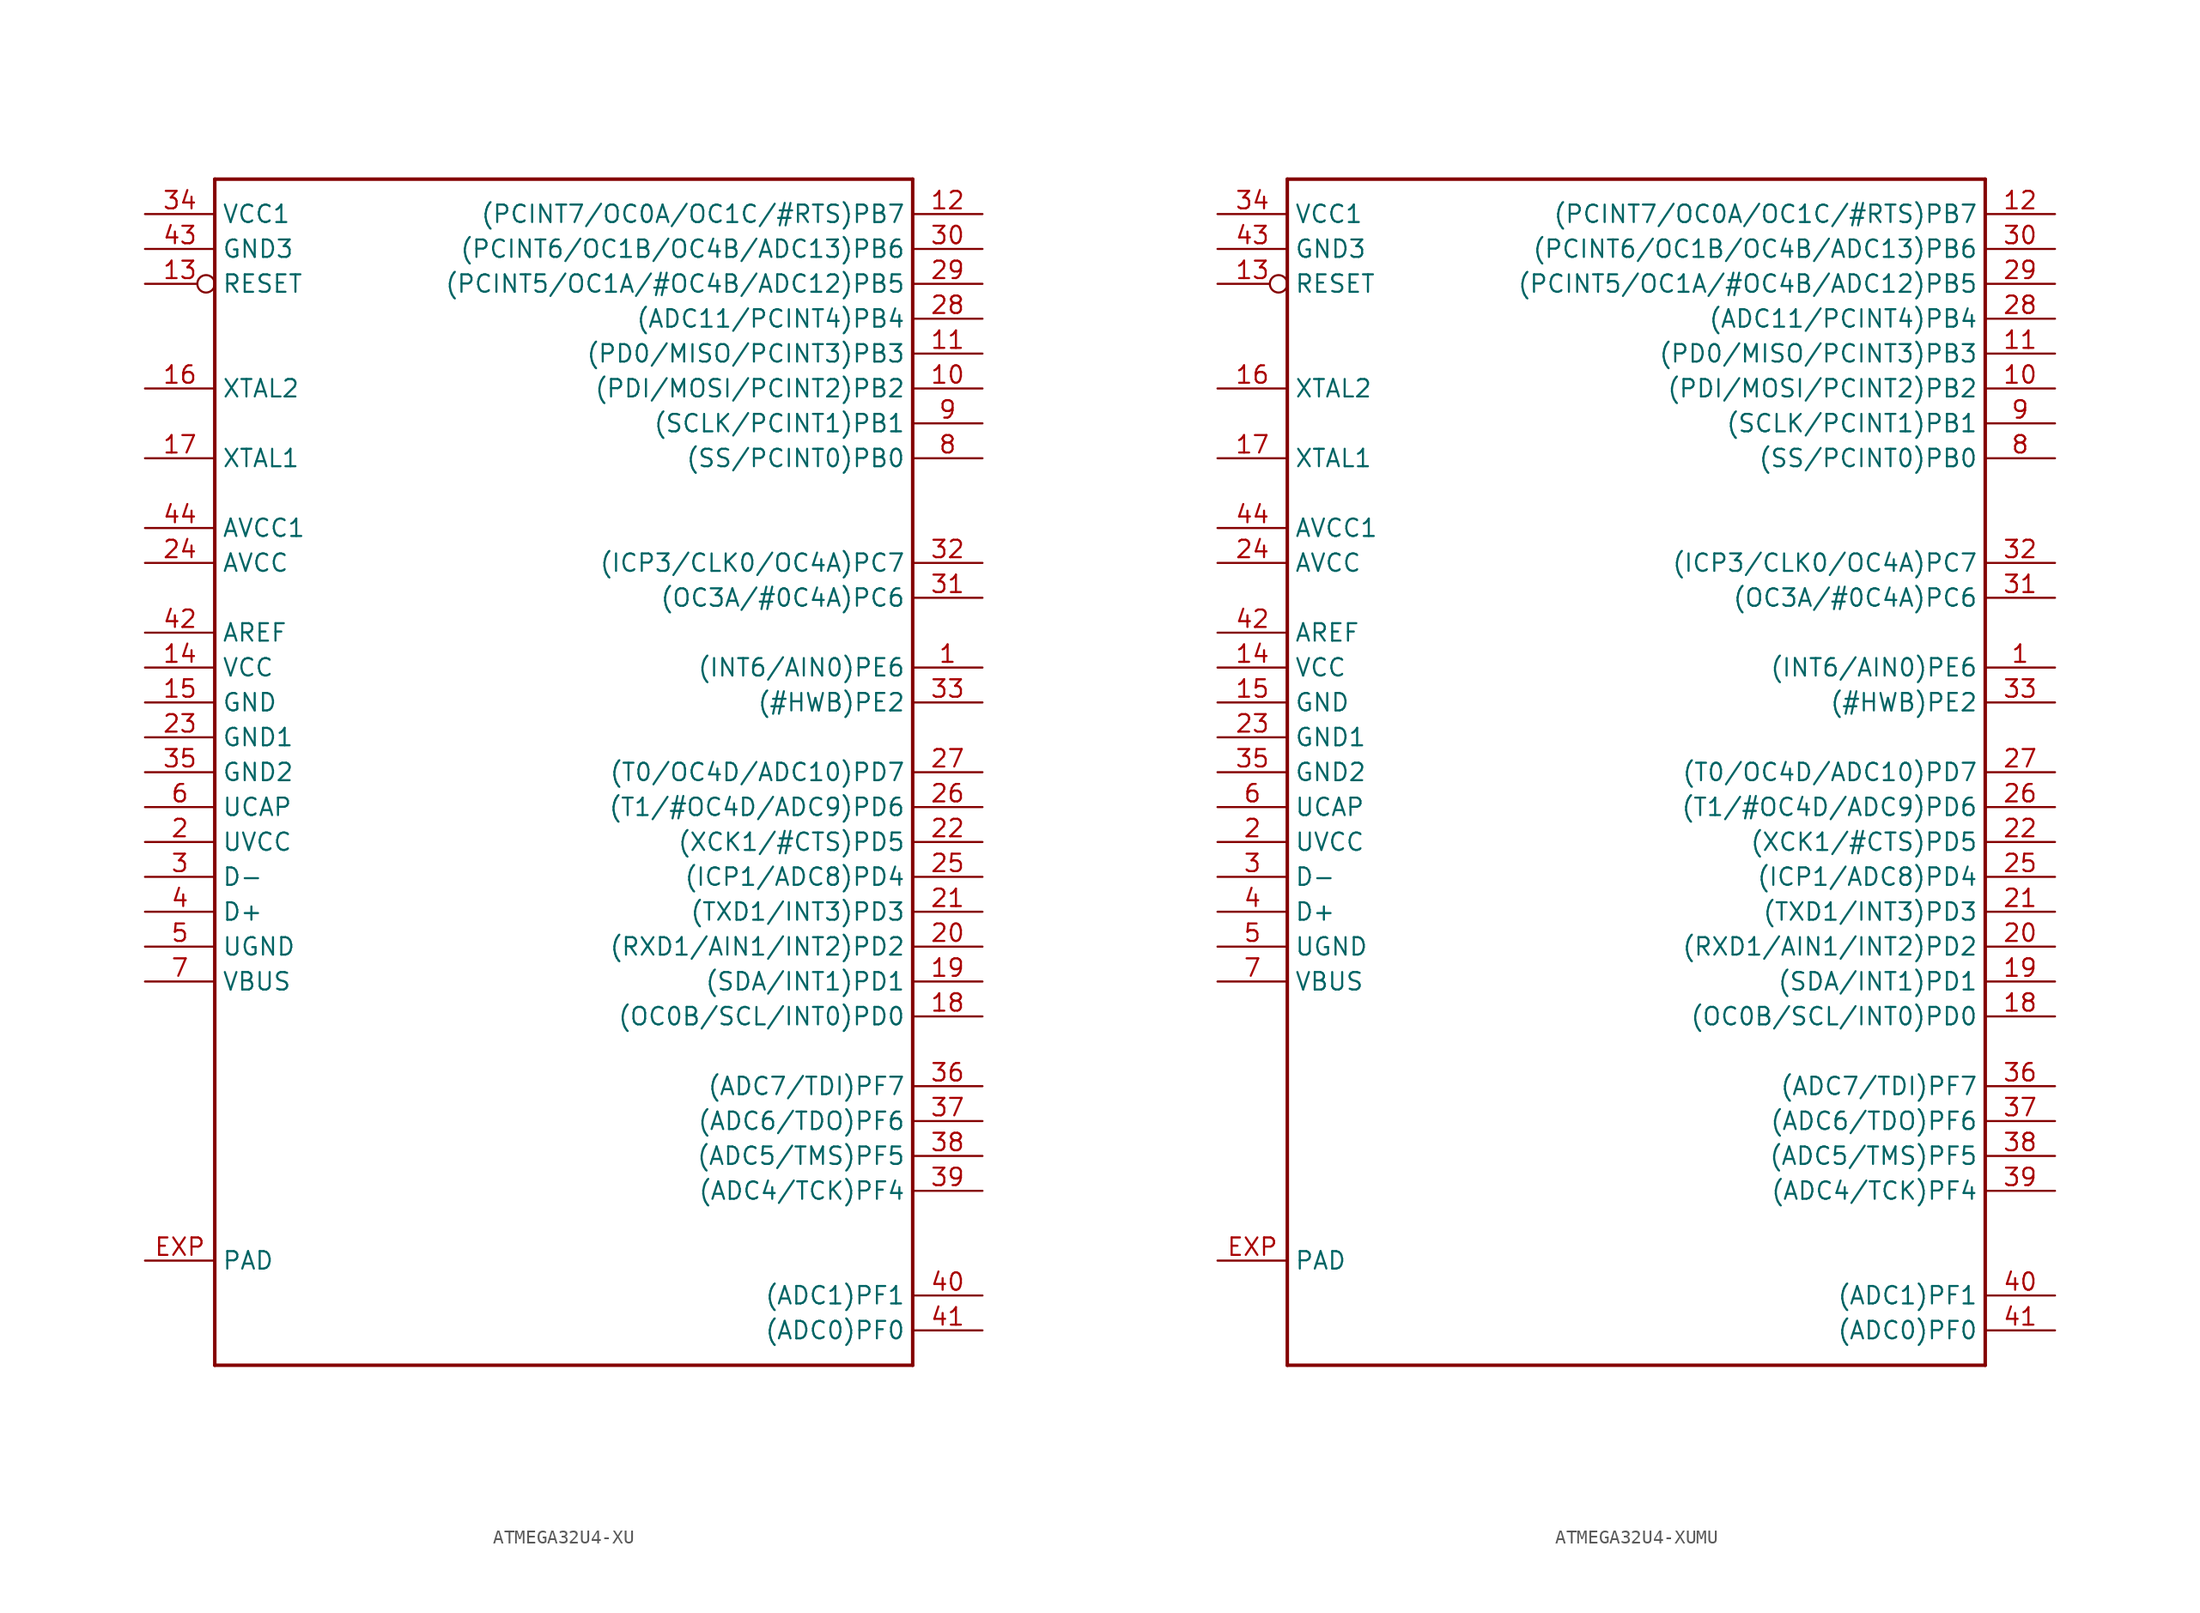
<source format=kicad_sym>
(kicad_symbol_lib
  (version 20220914)
  (generator kicad_symbol_editor)
  (symbol "ATMEGA32U4-XU"
    (property "Reference" ""
      (at -20.32 26.162 0)
      (effects (font (size 1.778 1.511)) (justify left bottom) hide))
    (property "Value" ""
      (at -20.32 -63.5 0)
      (effects (font (size 1.778 1.511)) (justify left bottom)))
    (property "ki_locked" ""
      (at 0 0 0)
      (effects (font (size 1.27 1.27))))
    (symbol "ATMEGA32U4-XU_1_0"
      (polyline (pts (xy -20.32 -60.96) (xy -20.32 25.4)) (stroke (width 0.254) (type solid)) (fill (type none)))
      (polyline (pts (xy -20.32 25.4) (xy 30.48 25.4)) (stroke (width 0.254) (type solid)) (fill (type none)))
      (polyline (pts (xy 30.48 -60.96) (xy -20.32 -60.96)) (stroke (width 0.254) (type solid)) (fill (type none)))
      (polyline (pts (xy 30.48 25.4) (xy 30.48 -60.96)) (stroke (width 0.254) (type solid)) (fill (type none)))
      (pin bidirectional line (at 35.56 -10.16 180) (length 5.08) (name "(INT6/AIN0)PE6" (effects (font (size 1.27 1.27)))) (number "1" (effects (font (size 1.27 1.27)))))
      (pin bidirectional line (at 35.56 10.16 180) (length 5.08) (name "(PDI/MOSI/PCINT2)PB2" (effects (font (size 1.27 1.27)))) (number "10" (effects (font (size 1.27 1.27)))))
      (pin bidirectional line (at 35.56 12.7 180) (length 5.08) (name "(PD0/MISO/PCINT3)PB3" (effects (font (size 1.27 1.27)))) (number "11" (effects (font (size 1.27 1.27)))))
      (pin bidirectional line (at 35.56 22.86 180) (length 5.08) (name "(PCINT7/OC0A/OC1C/#RTS)PB7" (effects (font (size 1.27 1.27)))) (number "12" (effects (font (size 1.27 1.27)))))
      (pin input inverted (at -25.4 17.78 0) (length 5.08) (name "RESET" (effects (font (size 1.27 1.27)))) (number "13" (effects (font (size 1.27 1.27)))))
      (pin power_in line (at -25.4 -10.16 0) (length 5.08) (name "VCC" (effects (font (size 1.27 1.27)))) (number "14" (effects (font (size 1.27 1.27)))))
      (pin power_in line (at -25.4 -12.7 0) (length 5.08) (name "GND" (effects (font (size 1.27 1.27)))) (number "15" (effects (font (size 1.27 1.27)))))
      (pin bidirectional line (at -25.4 10.16 0) (length 5.08) (name "XTAL2" (effects (font (size 1.27 1.27)))) (number "16" (effects (font (size 1.27 1.27)))))
      (pin bidirectional line (at -25.4 5.08 0) (length 5.08) (name "XTAL1" (effects (font (size 1.27 1.27)))) (number "17" (effects (font (size 1.27 1.27)))))
      (pin bidirectional line (at 35.56 -35.56 180) (length 5.08) (name "(OC0B/SCL/INT0)PD0" (effects (font (size 1.27 1.27)))) (number "18" (effects (font (size 1.27 1.27)))))
      (pin bidirectional line (at 35.56 -33.02 180) (length 5.08) (name "(SDA/INT1)PD1" (effects (font (size 1.27 1.27)))) (number "19" (effects (font (size 1.27 1.27)))))
      (pin power_in line (at -25.4 -22.86 0) (length 5.08) (name "UVCC" (effects (font (size 1.27 1.27)))) (number "2" (effects (font (size 1.27 1.27)))))
      (pin bidirectional line (at 35.56 -30.48 180) (length 5.08) (name "(RXD1/AIN1/INT2)PD2" (effects (font (size 1.27 1.27)))) (number "20" (effects (font (size 1.27 1.27)))))
      (pin bidirectional line (at 35.56 -27.94 180) (length 5.08) (name "(TXD1/INT3)PD3" (effects (font (size 1.27 1.27)))) (number "21" (effects (font (size 1.27 1.27)))))
      (pin bidirectional line (at 35.56 -22.86 180) (length 5.08) (name "(XCK1/#CTS)PD5" (effects (font (size 1.27 1.27)))) (number "22" (effects (font (size 1.27 1.27)))))
      (pin power_in line (at -25.4 -15.24 0) (length 5.08) (name "GND1" (effects (font (size 1.27 1.27)))) (number "23" (effects (font (size 1.27 1.27)))))
      (pin power_in line (at -25.4 -2.54 0) (length 5.08) (name "AVCC" (effects (font (size 1.27 1.27)))) (number "24" (effects (font (size 1.27 1.27)))))
      (pin bidirectional line (at 35.56 -25.4 180) (length 5.08) (name "(ICP1/ADC8)PD4" (effects (font (size 1.27 1.27)))) (number "25" (effects (font (size 1.27 1.27)))))
      (pin bidirectional line (at 35.56 -20.32 180) (length 5.08) (name "(T1/#OC4D/ADC9)PD6" (effects (font (size 1.27 1.27)))) (number "26" (effects (font (size 1.27 1.27)))))
      (pin bidirectional line (at 35.56 -17.78 180) (length 5.08) (name "(T0/OC4D/ADC10)PD7" (effects (font (size 1.27 1.27)))) (number "27" (effects (font (size 1.27 1.27)))))
      (pin bidirectional line (at 35.56 15.24 180) (length 5.08) (name "(ADC11/PCINT4)PB4" (effects (font (size 1.27 1.27)))) (number "28" (effects (font (size 1.27 1.27)))))
      (pin bidirectional line (at 35.56 17.78 180) (length 5.08) (name "(PCINT5/OC1A/#OC4B/ADC12)PB5" (effects (font (size 1.27 1.27)))) (number "29" (effects (font (size 1.27 1.27)))))
      (pin bidirectional line (at -25.4 -25.4 0) (length 5.08) (name "D-" (effects (font (size 1.27 1.27)))) (number "3" (effects (font (size 1.27 1.27)))))
      (pin bidirectional line (at 35.56 20.32 180) (length 5.08) (name "(PCINT6/OC1B/OC4B/ADC13)PB6" (effects (font (size 1.27 1.27)))) (number "30" (effects (font (size 1.27 1.27)))))
      (pin bidirectional line (at 35.56 -5.08 180) (length 5.08) (name "(OC3A/#0C4A)PC6" (effects (font (size 1.27 1.27)))) (number "31" (effects (font (size 1.27 1.27)))))
      (pin bidirectional line (at 35.56 -2.54 180) (length 5.08) (name "(ICP3/CLK0/OC4A)PC7" (effects (font (size 1.27 1.27)))) (number "32" (effects (font (size 1.27 1.27)))))
      (pin bidirectional line (at 35.56 -12.7 180) (length 5.08) (name "(#HWB)PE2" (effects (font (size 1.27 1.27)))) (number "33" (effects (font (size 1.27 1.27)))))
      (pin power_in line (at -25.4 22.86 0) (length 5.08) (name "VCC1" (effects (font (size 1.27 1.27)))) (number "34" (effects (font (size 1.27 1.27)))))
      (pin power_in line (at -25.4 -17.78 0) (length 5.08) (name "GND2" (effects (font (size 1.27 1.27)))) (number "35" (effects (font (size 1.27 1.27)))))
      (pin bidirectional line (at 35.56 -40.64 180) (length 5.08) (name "(ADC7/TDI)PF7" (effects (font (size 1.27 1.27)))) (number "36" (effects (font (size 1.27 1.27)))))
      (pin bidirectional line (at 35.56 -43.18 180) (length 5.08) (name "(ADC6/TDO)PF6" (effects (font (size 1.27 1.27)))) (number "37" (effects (font (size 1.27 1.27)))))
      (pin bidirectional line (at 35.56 -45.72 180) (length 5.08) (name "(ADC5/TMS)PF5" (effects (font (size 1.27 1.27)))) (number "38" (effects (font (size 1.27 1.27)))))
      (pin bidirectional line (at 35.56 -48.26 180) (length 5.08) (name "(ADC4/TCK)PF4" (effects (font (size 1.27 1.27)))) (number "39" (effects (font (size 1.27 1.27)))))
      (pin bidirectional line (at -25.4 -27.94 0) (length 5.08) (name "D+" (effects (font (size 1.27 1.27)))) (number "4" (effects (font (size 1.27 1.27)))))
      (pin bidirectional line (at 35.56 -55.88 180) (length 5.08) (name "(ADC1)PF1" (effects (font (size 1.27 1.27)))) (number "40" (effects (font (size 1.27 1.27)))))
      (pin bidirectional line (at 35.56 -58.42 180) (length 5.08) (name "(ADC0)PF0" (effects (font (size 1.27 1.27)))) (number "41" (effects (font (size 1.27 1.27)))))
      (pin power_in line (at -25.4 -7.62 0) (length 5.08) (name "AREF" (effects (font (size 1.27 1.27)))) (number "42" (effects (font (size 1.27 1.27)))))
      (pin power_in line (at -25.4 20.32 0) (length 5.08) (name "GND3" (effects (font (size 1.27 1.27)))) (number "43" (effects (font (size 1.27 1.27)))))
      (pin power_in line (at -25.4 0 0) (length 5.08) (name "AVCC1" (effects (font (size 1.27 1.27)))) (number "44" (effects (font (size 1.27 1.27)))))
      (pin power_in line (at -25.4 -30.48 0) (length 5.08) (name "UGND" (effects (font (size 1.27 1.27)))) (number "5" (effects (font (size 1.27 1.27)))))
      (pin passive line (at -25.4 -20.32 0) (length 5.08) (name "UCAP" (effects (font (size 1.27 1.27)))) (number "6" (effects (font (size 1.27 1.27)))))
      (pin input line (at -25.4 -33.02 0) (length 5.08) (name "VBUS" (effects (font (size 1.27 1.27)))) (number "7" (effects (font (size 1.27 1.27)))))
      (pin bidirectional line (at 35.56 5.08 180) (length 5.08) (name "(SS/PCINT0)PB0" (effects (font (size 1.27 1.27)))) (number "8" (effects (font (size 1.27 1.27)))))
      (pin bidirectional line (at 35.56 7.62 180) (length 5.08) (name "(SCLK/PCINT1)PB1" (effects (font (size 1.27 1.27)))) (number "9" (effects (font (size 1.27 1.27)))))
      (pin power_in line (at -25.4 -53.34 0) (length 5.08) (name "PAD" (effects (font (size 1.27 1.27)))) (number "EXP" (effects (font (size 1.27 1.27)))))))
  (symbol "ATMEGA32U4-XUMU"
    (property "Reference" ""
      (at -20.32 26.162 0)
      (effects (font (size 1.778 1.511)) (justify left bottom) hide))
    (property "Value" ""
      (at -20.32 -63.5 0)
      (effects (font (size 1.778 1.511)) (justify left bottom)))
    (property "ki_locked" ""
      (at 0 0 0)
      (effects (font (size 1.27 1.27))))
    (symbol "ATMEGA32U4-XUMU_1_0"
      (polyline (pts (xy -20.32 -60.96) (xy -20.32 25.4)) (stroke (width 0.254) (type solid)) (fill (type none)))
      (polyline (pts (xy -20.32 25.4) (xy 30.48 25.4)) (stroke (width 0.254) (type solid)) (fill (type none)))
      (polyline (pts (xy 30.48 -60.96) (xy -20.32 -60.96)) (stroke (width 0.254) (type solid)) (fill (type none)))
      (polyline (pts (xy 30.48 25.4) (xy 30.48 -60.96)) (stroke (width 0.254) (type solid)) (fill (type none)))
      (pin bidirectional line (at 35.56 -10.16 180) (length 5.08) (name "(INT6/AIN0)PE6" (effects (font (size 1.27 1.27)))) (number "1" (effects (font (size 1.27 1.27)))))
      (pin bidirectional line (at 35.56 10.16 180) (length 5.08) (name "(PDI/MOSI/PCINT2)PB2" (effects (font (size 1.27 1.27)))) (number "10" (effects (font (size 1.27 1.27)))))
      (pin bidirectional line (at 35.56 12.7 180) (length 5.08) (name "(PD0/MISO/PCINT3)PB3" (effects (font (size 1.27 1.27)))) (number "11" (effects (font (size 1.27 1.27)))))
      (pin bidirectional line (at 35.56 22.86 180) (length 5.08) (name "(PCINT7/OC0A/OC1C/#RTS)PB7" (effects (font (size 1.27 1.27)))) (number "12" (effects (font (size 1.27 1.27)))))
      (pin input inverted (at -25.4 17.78 0) (length 5.08) (name "RESET" (effects (font (size 1.27 1.27)))) (number "13" (effects (font (size 1.27 1.27)))))
      (pin power_in line (at -25.4 -10.16 0) (length 5.08) (name "VCC" (effects (font (size 1.27 1.27)))) (number "14" (effects (font (size 1.27 1.27)))))
      (pin power_in line (at -25.4 -12.7 0) (length 5.08) (name "GND" (effects (font (size 1.27 1.27)))) (number "15" (effects (font (size 1.27 1.27)))))
      (pin bidirectional line (at -25.4 10.16 0) (length 5.08) (name "XTAL2" (effects (font (size 1.27 1.27)))) (number "16" (effects (font (size 1.27 1.27)))))
      (pin bidirectional line (at -25.4 5.08 0) (length 5.08) (name "XTAL1" (effects (font (size 1.27 1.27)))) (number "17" (effects (font (size 1.27 1.27)))))
      (pin bidirectional line (at 35.56 -35.56 180) (length 5.08) (name "(OC0B/SCL/INT0)PD0" (effects (font (size 1.27 1.27)))) (number "18" (effects (font (size 1.27 1.27)))))
      (pin bidirectional line (at 35.56 -33.02 180) (length 5.08) (name "(SDA/INT1)PD1" (effects (font (size 1.27 1.27)))) (number "19" (effects (font (size 1.27 1.27)))))
      (pin power_in line (at -25.4 -22.86 0) (length 5.08) (name "UVCC" (effects (font (size 1.27 1.27)))) (number "2" (effects (font (size 1.27 1.27)))))
      (pin bidirectional line (at 35.56 -30.48 180) (length 5.08) (name "(RXD1/AIN1/INT2)PD2" (effects (font (size 1.27 1.27)))) (number "20" (effects (font (size 1.27 1.27)))))
      (pin bidirectional line (at 35.56 -27.94 180) (length 5.08) (name "(TXD1/INT3)PD3" (effects (font (size 1.27 1.27)))) (number "21" (effects (font (size 1.27 1.27)))))
      (pin bidirectional line (at 35.56 -22.86 180) (length 5.08) (name "(XCK1/#CTS)PD5" (effects (font (size 1.27 1.27)))) (number "22" (effects (font (size 1.27 1.27)))))
      (pin power_in line (at -25.4 -15.24 0) (length 5.08) (name "GND1" (effects (font (size 1.27 1.27)))) (number "23" (effects (font (size 1.27 1.27)))))
      (pin power_in line (at -25.4 -2.54 0) (length 5.08) (name "AVCC" (effects (font (size 1.27 1.27)))) (number "24" (effects (font (size 1.27 1.27)))))
      (pin bidirectional line (at 35.56 -25.4 180) (length 5.08) (name "(ICP1/ADC8)PD4" (effects (font (size 1.27 1.27)))) (number "25" (effects (font (size 1.27 1.27)))))
      (pin bidirectional line (at 35.56 -20.32 180) (length 5.08) (name "(T1/#OC4D/ADC9)PD6" (effects (font (size 1.27 1.27)))) (number "26" (effects (font (size 1.27 1.27)))))
      (pin bidirectional line (at 35.56 -17.78 180) (length 5.08) (name "(T0/OC4D/ADC10)PD7" (effects (font (size 1.27 1.27)))) (number "27" (effects (font (size 1.27 1.27)))))
      (pin bidirectional line (at 35.56 15.24 180) (length 5.08) (name "(ADC11/PCINT4)PB4" (effects (font (size 1.27 1.27)))) (number "28" (effects (font (size 1.27 1.27)))))
      (pin bidirectional line (at 35.56 17.78 180) (length 5.08) (name "(PCINT5/OC1A/#OC4B/ADC12)PB5" (effects (font (size 1.27 1.27)))) (number "29" (effects (font (size 1.27 1.27)))))
      (pin bidirectional line (at -25.4 -25.4 0) (length 5.08) (name "D-" (effects (font (size 1.27 1.27)))) (number "3" (effects (font (size 1.27 1.27)))))
      (pin bidirectional line (at 35.56 20.32 180) (length 5.08) (name "(PCINT6/OC1B/OC4B/ADC13)PB6" (effects (font (size 1.27 1.27)))) (number "30" (effects (font (size 1.27 1.27)))))
      (pin bidirectional line (at 35.56 -5.08 180) (length 5.08) (name "(OC3A/#0C4A)PC6" (effects (font (size 1.27 1.27)))) (number "31" (effects (font (size 1.27 1.27)))))
      (pin bidirectional line (at 35.56 -2.54 180) (length 5.08) (name "(ICP3/CLK0/OC4A)PC7" (effects (font (size 1.27 1.27)))) (number "32" (effects (font (size 1.27 1.27)))))
      (pin bidirectional line (at 35.56 -12.7 180) (length 5.08) (name "(#HWB)PE2" (effects (font (size 1.27 1.27)))) (number "33" (effects (font (size 1.27 1.27)))))
      (pin power_in line (at -25.4 22.86 0) (length 5.08) (name "VCC1" (effects (font (size 1.27 1.27)))) (number "34" (effects (font (size 1.27 1.27)))))
      (pin power_in line (at -25.4 -17.78 0) (length 5.08) (name "GND2" (effects (font (size 1.27 1.27)))) (number "35" (effects (font (size 1.27 1.27)))))
      (pin bidirectional line (at 35.56 -40.64 180) (length 5.08) (name "(ADC7/TDI)PF7" (effects (font (size 1.27 1.27)))) (number "36" (effects (font (size 1.27 1.27)))))
      (pin bidirectional line (at 35.56 -43.18 180) (length 5.08) (name "(ADC6/TDO)PF6" (effects (font (size 1.27 1.27)))) (number "37" (effects (font (size 1.27 1.27)))))
      (pin bidirectional line (at 35.56 -45.72 180) (length 5.08) (name "(ADC5/TMS)PF5" (effects (font (size 1.27 1.27)))) (number "38" (effects (font (size 1.27 1.27)))))
      (pin bidirectional line (at 35.56 -48.26 180) (length 5.08) (name "(ADC4/TCK)PF4" (effects (font (size 1.27 1.27)))) (number "39" (effects (font (size 1.27 1.27)))))
      (pin bidirectional line (at -25.4 -27.94 0) (length 5.08) (name "D+" (effects (font (size 1.27 1.27)))) (number "4" (effects (font (size 1.27 1.27)))))
      (pin bidirectional line (at 35.56 -55.88 180) (length 5.08) (name "(ADC1)PF1" (effects (font (size 1.27 1.27)))) (number "40" (effects (font (size 1.27 1.27)))))
      (pin bidirectional line (at 35.56 -58.42 180) (length 5.08) (name "(ADC0)PF0" (effects (font (size 1.27 1.27)))) (number "41" (effects (font (size 1.27 1.27)))))
      (pin power_in line (at -25.4 -7.62 0) (length 5.08) (name "AREF" (effects (font (size 1.27 1.27)))) (number "42" (effects (font (size 1.27 1.27)))))
      (pin power_in line (at -25.4 20.32 0) (length 5.08) (name "GND3" (effects (font (size 1.27 1.27)))) (number "43" (effects (font (size 1.27 1.27)))))
      (pin power_in line (at -25.4 0 0) (length 5.08) (name "AVCC1" (effects (font (size 1.27 1.27)))) (number "44" (effects (font (size 1.27 1.27)))))
      (pin power_in line (at -25.4 -30.48 0) (length 5.08) (name "UGND" (effects (font (size 1.27 1.27)))) (number "5" (effects (font (size 1.27 1.27)))))
      (pin passive line (at -25.4 -20.32 0) (length 5.08) (name "UCAP" (effects (font (size 1.27 1.27)))) (number "6" (effects (font (size 1.27 1.27)))))
      (pin input line (at -25.4 -33.02 0) (length 5.08) (name "VBUS" (effects (font (size 1.27 1.27)))) (number "7" (effects (font (size 1.27 1.27)))))
      (pin bidirectional line (at 35.56 5.08 180) (length 5.08) (name "(SS/PCINT0)PB0" (effects (font (size 1.27 1.27)))) (number "8" (effects (font (size 1.27 1.27)))))
      (pin bidirectional line (at 35.56 7.62 180) (length 5.08) (name "(SCLK/PCINT1)PB1" (effects (font (size 1.27 1.27)))) (number "9" (effects (font (size 1.27 1.27)))))
      (pin power_in line (at -25.4 -53.34 0) (length 5.08) (name "PAD" (effects (font (size 1.27 1.27)))) (number "EXP" (effects (font (size 1.27 1.27))))))))
</source>
